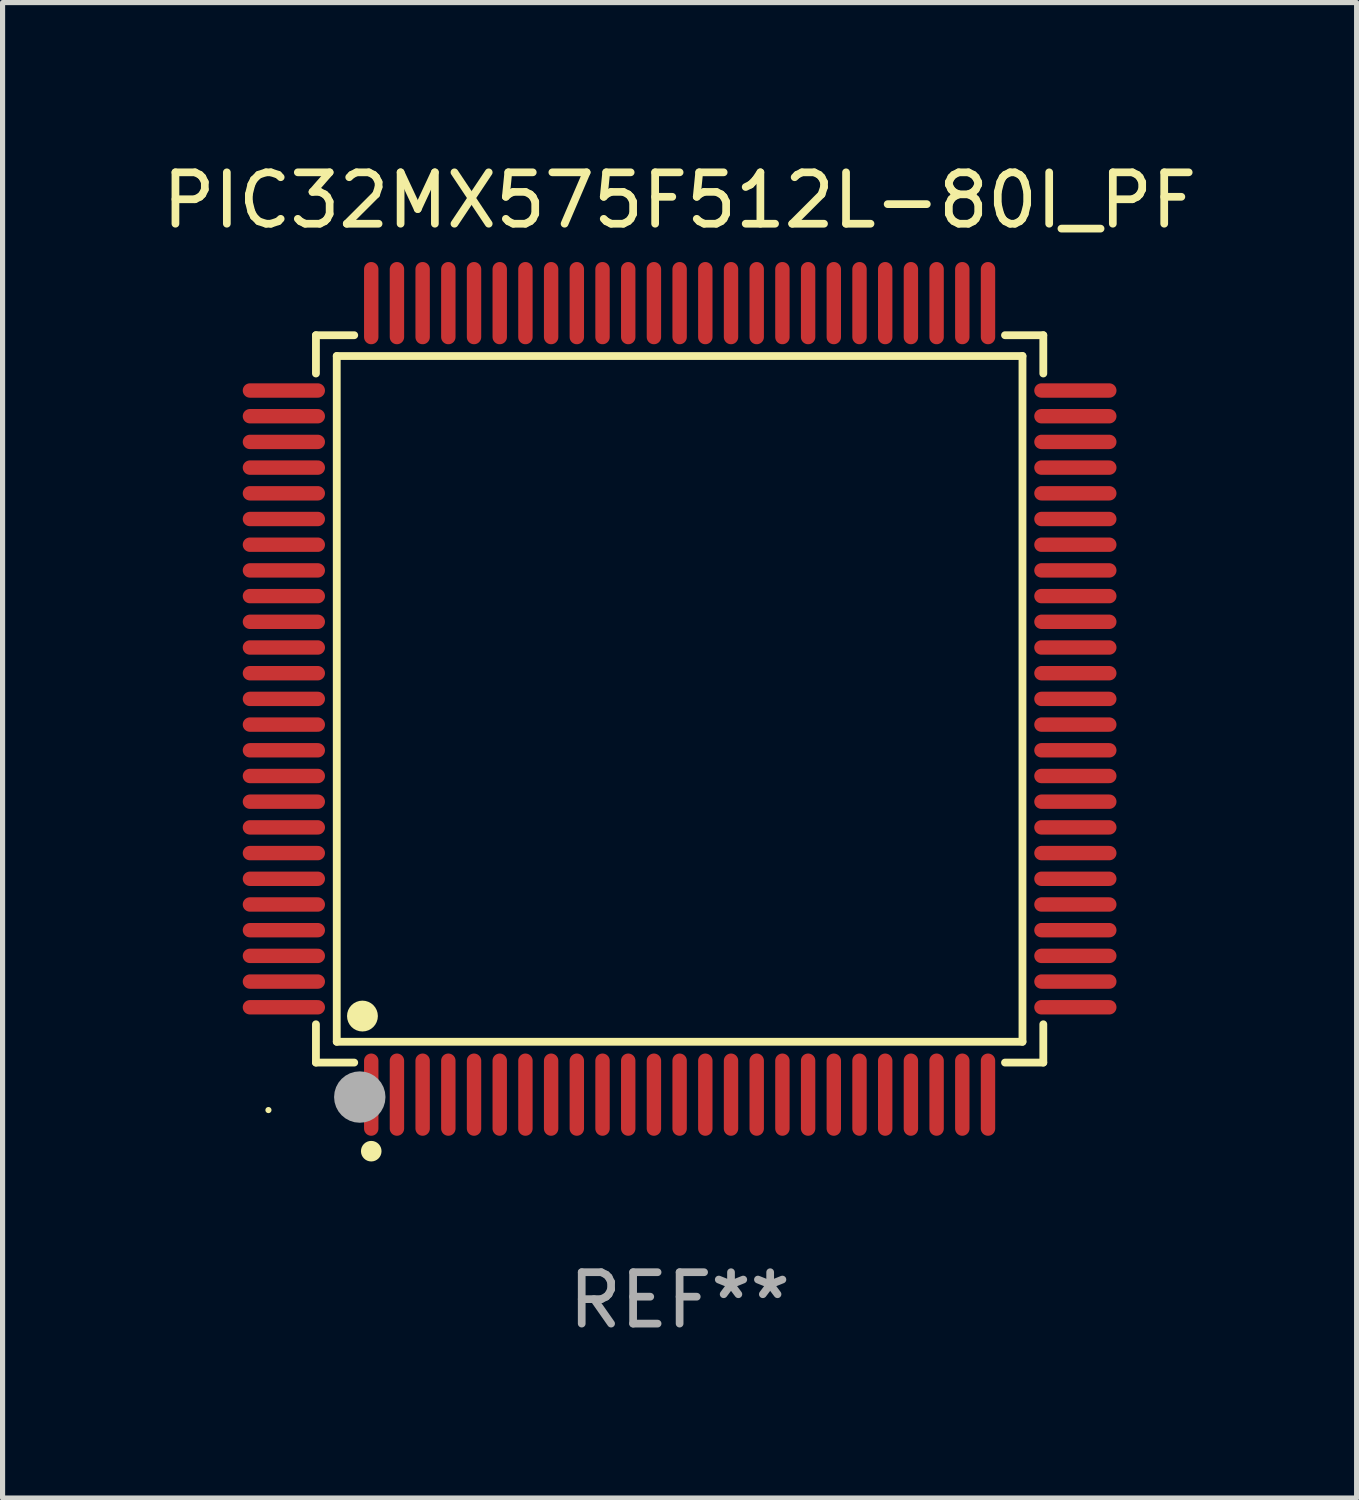
<source format=kicad_pcb>
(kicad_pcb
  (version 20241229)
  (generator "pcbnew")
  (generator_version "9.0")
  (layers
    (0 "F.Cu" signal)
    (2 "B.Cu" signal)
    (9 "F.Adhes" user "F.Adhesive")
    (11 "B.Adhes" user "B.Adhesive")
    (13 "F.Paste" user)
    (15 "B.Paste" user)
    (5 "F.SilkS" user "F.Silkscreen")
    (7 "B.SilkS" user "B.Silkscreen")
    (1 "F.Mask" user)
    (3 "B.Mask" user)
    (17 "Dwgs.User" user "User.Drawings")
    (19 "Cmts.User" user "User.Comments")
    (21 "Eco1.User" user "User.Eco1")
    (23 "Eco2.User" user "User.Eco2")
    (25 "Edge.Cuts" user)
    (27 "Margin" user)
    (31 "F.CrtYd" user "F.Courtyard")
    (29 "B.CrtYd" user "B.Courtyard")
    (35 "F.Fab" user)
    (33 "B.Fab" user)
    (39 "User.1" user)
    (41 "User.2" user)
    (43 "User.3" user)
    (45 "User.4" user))
  (footprint "PIC32MX575F512L-80I_PF"
    (layer "F.Cu")
    (at 10.173 10.548)
    (property "Reference" "PIC32MX575F512L-80I_PF" (at 0 -9.7 0) (layer "F.SilkS") (effects (font (size 1 1) (thickness 0.15))))
    (attr through_hole)
    (fp_line (start -7.076 -7.076) (end -6.331 -7.076) (stroke (width 0.152) (type solid)) (layer "F.SilkS"))
    (fp_line (start -7.076 -6.331) (end -7.076 -7.076) (stroke (width 0.152) (type solid)) (layer "F.SilkS"))
    (fp_line (start -7.076 6.331) (end -7.076 7.076) (stroke (width 0.152) (type solid)) (layer "F.SilkS"))
    (fp_line (start -7.076 7.076) (end -6.331 7.076) (stroke (width 0.152) (type solid)) (layer "F.SilkS"))
    (fp_line (start -6.671 -6.671) (end 6.671 -6.671) (stroke (width 0.152) (type solid)) (layer "F.SilkS"))
    (fp_line (start -6.671 6.671) (end -6.671 -6.671) (stroke (width 0.152) (type solid)) (layer "F.SilkS"))
    (fp_line (start 6.671 -6.671) (end 6.671 6.671) (stroke (width 0.152) (type solid)) (layer "F.SilkS"))
    (fp_line (start 6.671 6.671) (end -6.671 6.671) (stroke (width 0.152) (type solid)) (layer "F.SilkS"))
    (fp_line (start 7.076 -7.076) (end 6.331 -7.076) (stroke (width 0.152) (type solid)) (layer "F.SilkS"))
    (fp_line (start 7.076 -6.331) (end 7.076 -7.076) (stroke (width 0.152) (type solid)) (layer "F.SilkS"))
    (fp_line (start 7.076 6.331) (end 7.076 7.076) (stroke (width 0.152) (type solid)) (layer "F.SilkS"))
    (fp_line (start 7.076 7.076) (end 6.331 7.076) (stroke (width 0.152) (type solid)) (layer "F.SilkS"))
    (fp_circle (center -8 8) (end -7.97 8) (stroke (width 0.06) (type solid)) (fill no) (layer "F.SilkS"))
    (fp_circle (center -6.171 6.171) (end -6.021 6.171) (stroke (width 0.3) (type solid)) (fill no) (layer "F.SilkS"))
    (fp_circle (center -6 8.8) (end -5.9 8.8) (stroke (width 0.2) (type solid)) (fill no) (layer "F.SilkS"))
    (fp_circle (center -6.223 7.747) (end -5.973 7.747) (stroke (width 0.5) (type solid)) (fill no) (layer "F.Fab"))
    (fp_text user "REF**" (at 0 11.7 0) (layer "F.Fab") (effects (font (size 1 1) (thickness 0.15))))
    (pad "1" smd oval (at -6 7.7) (size 0.28 1.6) (layers "F.Cu" "F.Mask" "F.Paste"))
    (pad "2" smd oval (at -5.5 7.7) (size 0.28 1.6) (layers "F.Cu" "F.Mask" "F.Paste"))
    (pad "3" smd oval (at -5 7.7) (size 0.28 1.6) (layers "F.Cu" "F.Mask" "F.Paste"))
    (pad "4" smd oval (at -4.5 7.7) (size 0.28 1.6) (layers "F.Cu" "F.Mask" "F.Paste"))
    (pad "5" smd oval (at -4 7.7) (size 0.28 1.6) (layers "F.Cu" "F.Mask" "F.Paste"))
    (pad "6" smd oval (at -3.5 7.7) (size 0.28 1.6) (layers "F.Cu" "F.Mask" "F.Paste"))
    (pad "7" smd oval (at -3 7.7) (size 0.28 1.6) (layers "F.Cu" "F.Mask" "F.Paste"))
    (pad "8" smd oval (at -2.5 7.7) (size 0.28 1.6) (layers "F.Cu" "F.Mask" "F.Paste"))
    (pad "9" smd oval (at -2 7.7) (size 0.28 1.6) (layers "F.Cu" "F.Mask" "F.Paste"))
    (pad "10" smd oval (at -1.5 7.7) (size 0.28 1.6) (layers "F.Cu" "F.Mask" "F.Paste"))
    (pad "11" smd oval (at -1 7.7) (size 0.28 1.6) (layers "F.Cu" "F.Mask" "F.Paste"))
    (pad "12" smd oval (at -0.5 7.7) (size 0.28 1.6) (layers "F.Cu" "F.Mask" "F.Paste"))
    (pad "13" smd oval (at 0 7.7) (size 0.28 1.6) (layers "F.Cu" "F.Mask" "F.Paste"))
    (pad "14" smd oval (at 0.5 7.7) (size 0.28 1.6) (layers "F.Cu" "F.Mask" "F.Paste"))
    (pad "15" smd oval (at 1 7.7) (size 0.28 1.6) (layers "F.Cu" "F.Mask" "F.Paste"))
    (pad "16" smd oval (at 1.5 7.7) (size 0.28 1.6) (layers "F.Cu" "F.Mask" "F.Paste"))
    (pad "17" smd oval (at 2 7.7) (size 0.28 1.6) (layers "F.Cu" "F.Mask" "F.Paste"))
    (pad "18" smd oval (at 2.5 7.7) (size 0.28 1.6) (layers "F.Cu" "F.Mask" "F.Paste"))
    (pad "19" smd oval (at 3 7.7) (size 0.28 1.6) (layers "F.Cu" "F.Mask" "F.Paste"))
    (pad "20" smd oval (at 3.5 7.7) (size 0.28 1.6) (layers "F.Cu" "F.Mask" "F.Paste"))
    (pad "21" smd oval (at 4 7.7) (size 0.28 1.6) (layers "F.Cu" "F.Mask" "F.Paste"))
    (pad "22" smd oval (at 4.5 7.7) (size 0.28 1.6) (layers "F.Cu" "F.Mask" "F.Paste"))
    (pad "23" smd oval (at 5 7.7) (size 0.28 1.6) (layers "F.Cu" "F.Mask" "F.Paste"))
    (pad "24" smd oval (at 5.5 7.7) (size 0.28 1.6) (layers "F.Cu" "F.Mask" "F.Paste"))
    (pad "25" smd oval (at 6 7.7) (size 0.28 1.6) (layers "F.Cu" "F.Mask" "F.Paste"))
    (pad "26" smd oval (at 7.7 6) (size 1.6 0.28) (layers "F.Cu" "F.Mask" "F.Paste"))
    (pad "27" smd oval (at 7.7 5.5) (size 1.6 0.28) (layers "F.Cu" "F.Mask" "F.Paste"))
    (pad "28" smd oval (at 7.7 5) (size 1.6 0.28) (layers "F.Cu" "F.Mask" "F.Paste"))
    (pad "29" smd oval (at 7.7 4.5) (size 1.6 0.28) (layers "F.Cu" "F.Mask" "F.Paste"))
    (pad "30" smd oval (at 7.7 4) (size 1.6 0.28) (layers "F.Cu" "F.Mask" "F.Paste"))
    (pad "31" smd oval (at 7.7 3.5) (size 1.6 0.28) (layers "F.Cu" "F.Mask" "F.Paste"))
    (pad "32" smd oval (at 7.7 3) (size 1.6 0.28) (layers "F.Cu" "F.Mask" "F.Paste"))
    (pad "33" smd oval (at 7.7 2.5) (size 1.6 0.28) (layers "F.Cu" "F.Mask" "F.Paste"))
    (pad "34" smd oval (at 7.7 2) (size 1.6 0.28) (layers "F.Cu" "F.Mask" "F.Paste"))
    (pad "35" smd oval (at 7.7 1.5) (size 1.6 0.28) (layers "F.Cu" "F.Mask" "F.Paste"))
    (pad "36" smd oval (at 7.7 1) (size 1.6 0.28) (layers "F.Cu" "F.Mask" "F.Paste"))
    (pad "37" smd oval (at 7.7 0.5) (size 1.6 0.28) (layers "F.Cu" "F.Mask" "F.Paste"))
    (pad "38" smd oval (at 7.7 0) (size 1.6 0.28) (layers "F.Cu" "F.Mask" "F.Paste"))
    (pad "39" smd oval (at 7.7 -0.5) (size 1.6 0.28) (layers "F.Cu" "F.Mask" "F.Paste"))
    (pad "40" smd oval (at 7.7 -1) (size 1.6 0.28) (layers "F.Cu" "F.Mask" "F.Paste"))
    (pad "41" smd oval (at 7.7 -1.5) (size 1.6 0.28) (layers "F.Cu" "F.Mask" "F.Paste"))
    (pad "42" smd oval (at 7.7 -2) (size 1.6 0.28) (layers "F.Cu" "F.Mask" "F.Paste"))
    (pad "43" smd oval (at 7.7 -2.5) (size 1.6 0.28) (layers "F.Cu" "F.Mask" "F.Paste"))
    (pad "44" smd oval (at 7.7 -3) (size 1.6 0.28) (layers "F.Cu" "F.Mask" "F.Paste"))
    (pad "45" smd oval (at 7.7 -3.5) (size 1.6 0.28) (layers "F.Cu" "F.Mask" "F.Paste"))
    (pad "46" smd oval (at 7.7 -4) (size 1.6 0.28) (layers "F.Cu" "F.Mask" "F.Paste"))
    (pad "47" smd oval (at 7.7 -4.5) (size 1.6 0.28) (layers "F.Cu" "F.Mask" "F.Paste"))
    (pad "48" smd oval (at 7.7 -5) (size 1.6 0.28) (layers "F.Cu" "F.Mask" "F.Paste"))
    (pad "49" smd oval (at 7.7 -5.5) (size 1.6 0.28) (layers "F.Cu" "F.Mask" "F.Paste"))
    (pad "50" smd oval (at 7.7 -6) (size 1.6 0.28) (layers "F.Cu" "F.Mask" "F.Paste"))
    (pad "51" smd oval (at 6 -7.7) (size 0.28 1.6) (layers "F.Cu" "F.Mask" "F.Paste"))
    (pad "52" smd oval (at 5.5 -7.7) (size 0.28 1.6) (layers "F.Cu" "F.Mask" "F.Paste"))
    (pad "53" smd oval (at 5 -7.7) (size 0.28 1.6) (layers "F.Cu" "F.Mask" "F.Paste"))
    (pad "54" smd oval (at 4.5 -7.7) (size 0.28 1.6) (layers "F.Cu" "F.Mask" "F.Paste"))
    (pad "55" smd oval (at 4 -7.7) (size 0.28 1.6) (layers "F.Cu" "F.Mask" "F.Paste"))
    (pad "56" smd oval (at 3.5 -7.7) (size 0.28 1.6) (layers "F.Cu" "F.Mask" "F.Paste"))
    (pad "57" smd oval (at 3 -7.7) (size 0.28 1.6) (layers "F.Cu" "F.Mask" "F.Paste"))
    (pad "58" smd oval (at 2.5 -7.7) (size 0.28 1.6) (layers "F.Cu" "F.Mask" "F.Paste"))
    (pad "59" smd oval (at 2 -7.7) (size 0.28 1.6) (layers "F.Cu" "F.Mask" "F.Paste"))
    (pad "60" smd oval (at 1.5 -7.7) (size 0.28 1.6) (layers "F.Cu" "F.Mask" "F.Paste"))
    (pad "61" smd oval (at 1 -7.7) (size 0.28 1.6) (layers "F.Cu" "F.Mask" "F.Paste"))
    (pad "62" smd oval (at 0.5 -7.7) (size 0.28 1.6) (layers "F.Cu" "F.Mask" "F.Paste"))
    (pad "63" smd oval (at 0 -7.7) (size 0.28 1.6) (layers "F.Cu" "F.Mask" "F.Paste"))
    (pad "64" smd oval (at -0.5 -7.7) (size 0.28 1.6) (layers "F.Cu" "F.Mask" "F.Paste"))
    (pad "65" smd oval (at -1 -7.7) (size 0.28 1.6) (layers "F.Cu" "F.Mask" "F.Paste"))
    (pad "66" smd oval (at -1.5 -7.7) (size 0.28 1.6) (layers "F.Cu" "F.Mask" "F.Paste"))
    (pad "67" smd oval (at -2 -7.7) (size 0.28 1.6) (layers "F.Cu" "F.Mask" "F.Paste"))
    (pad "68" smd oval (at -2.5 -7.7) (size 0.28 1.6) (layers "F.Cu" "F.Mask" "F.Paste"))
    (pad "69" smd oval (at -3 -7.7) (size 0.28 1.6) (layers "F.Cu" "F.Mask" "F.Paste"))
    (pad "70" smd oval (at -3.5 -7.7) (size 0.28 1.6) (layers "F.Cu" "F.Mask" "F.Paste"))
    (pad "71" smd oval (at -4 -7.7) (size 0.28 1.6) (layers "F.Cu" "F.Mask" "F.Paste"))
    (pad "72" smd oval (at -4.5 -7.7) (size 0.28 1.6) (layers "F.Cu" "F.Mask" "F.Paste"))
    (pad "73" smd oval (at -5 -7.7) (size 0.28 1.6) (layers "F.Cu" "F.Mask" "F.Paste"))
    (pad "74" smd oval (at -5.5 -7.7) (size 0.28 1.6) (layers "F.Cu" "F.Mask" "F.Paste"))
    (pad "75" smd oval (at -6 -7.7) (size 0.28 1.6) (layers "F.Cu" "F.Mask" "F.Paste"))
    (pad "76" smd oval (at -7.7 -6) (size 1.6 0.28) (layers "F.Cu" "F.Mask" "F.Paste"))
    (pad "77" smd oval (at -7.7 -5.5) (size 1.6 0.28) (layers "F.Cu" "F.Mask" "F.Paste"))
    (pad "78" smd oval (at -7.7 -5) (size 1.6 0.28) (layers "F.Cu" "F.Mask" "F.Paste"))
    (pad "79" smd oval (at -7.7 -4.5) (size 1.6 0.28) (layers "F.Cu" "F.Mask" "F.Paste"))
    (pad "80" smd oval (at -7.7 -4) (size 1.6 0.28) (layers "F.Cu" "F.Mask" "F.Paste"))
    (pad "81" smd oval (at -7.7 -3.5) (size 1.6 0.28) (layers "F.Cu" "F.Mask" "F.Paste"))
    (pad "82" smd oval (at -7.7 -3) (size 1.6 0.28) (layers "F.Cu" "F.Mask" "F.Paste"))
    (pad "83" smd oval (at -7.7 -2.5) (size 1.6 0.28) (layers "F.Cu" "F.Mask" "F.Paste"))
    (pad "84" smd oval (at -7.7 -2) (size 1.6 0.28) (layers "F.Cu" "F.Mask" "F.Paste"))
    (pad "85" smd oval (at -7.7 -1.5) (size 1.6 0.28) (layers "F.Cu" "F.Mask" "F.Paste"))
    (pad "86" smd oval (at -7.7 -1) (size 1.6 0.28) (layers "F.Cu" "F.Mask" "F.Paste"))
    (pad "87" smd oval (at -7.7 -0.5) (size 1.6 0.28) (layers "F.Cu" "F.Mask" "F.Paste"))
    (pad "88" smd oval (at -7.7 0) (size 1.6 0.28) (layers "F.Cu" "F.Mask" "F.Paste"))
    (pad "89" smd oval (at -7.7 0.5) (size 1.6 0.28) (layers "F.Cu" "F.Mask" "F.Paste"))
    (pad "90" smd oval (at -7.7 1) (size 1.6 0.28) (layers "F.Cu" "F.Mask" "F.Paste"))
    (pad "91" smd oval (at -7.7 1.5) (size 1.6 0.28) (layers "F.Cu" "F.Mask" "F.Paste"))
    (pad "92" smd oval (at -7.7 2) (size 1.6 0.28) (layers "F.Cu" "F.Mask" "F.Paste"))
    (pad "93" smd oval (at -7.7 2.5) (size 1.6 0.28) (layers "F.Cu" "F.Mask" "F.Paste"))
    (pad "94" smd oval (at -7.7 3) (size 1.6 0.28) (layers "F.Cu" "F.Mask" "F.Paste"))
    (pad "95" smd oval (at -7.7 3.5) (size 1.6 0.28) (layers "F.Cu" "F.Mask" "F.Paste"))
    (pad "96" smd oval (at -7.7 4) (size 1.6 0.28) (layers "F.Cu" "F.Mask" "F.Paste"))
    (pad "97" smd oval (at -7.7 4.5) (size 1.6 0.28) (layers "F.Cu" "F.Mask" "F.Paste"))
    (pad "98" smd oval (at -7.7 5) (size 1.6 0.28) (layers "F.Cu" "F.Mask" "F.Paste"))
    (pad "99" smd oval (at -7.7 5.5) (size 1.6 0.28) (layers "F.Cu" "F.Mask" "F.Paste"))
    (pad "100" smd oval (at -7.7 6) (size 1.6 0.28) (layers "F.Cu" "F.Mask" "F.Paste")))
  (gr_rect
    (start -3 -3)
    (end 23.345 26.097)
    (stroke (width 0.1) (type default))
    (fill no)
    (layer "Edge.Cuts")))
</source>
